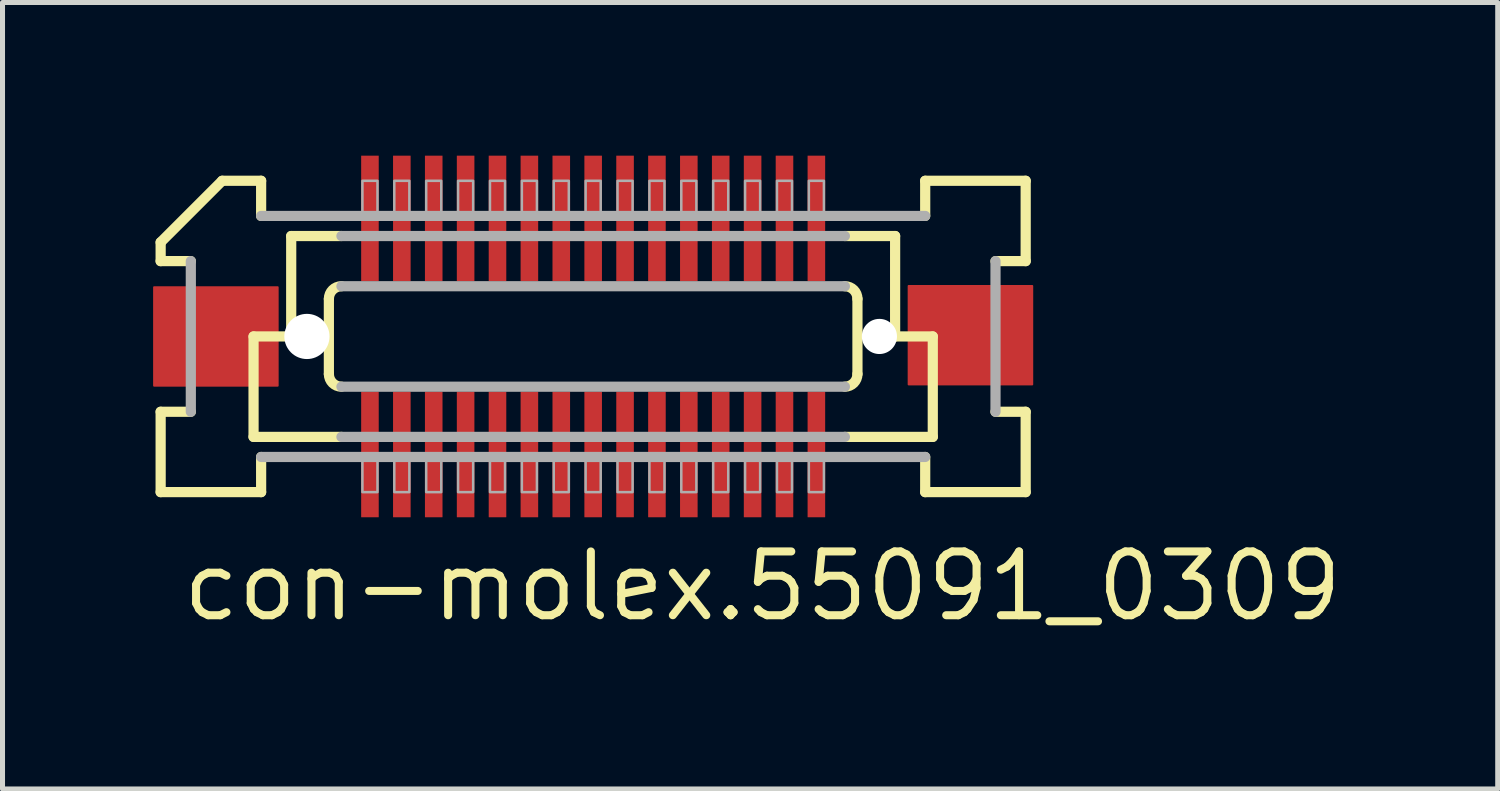
<source format=kicad_pcb>
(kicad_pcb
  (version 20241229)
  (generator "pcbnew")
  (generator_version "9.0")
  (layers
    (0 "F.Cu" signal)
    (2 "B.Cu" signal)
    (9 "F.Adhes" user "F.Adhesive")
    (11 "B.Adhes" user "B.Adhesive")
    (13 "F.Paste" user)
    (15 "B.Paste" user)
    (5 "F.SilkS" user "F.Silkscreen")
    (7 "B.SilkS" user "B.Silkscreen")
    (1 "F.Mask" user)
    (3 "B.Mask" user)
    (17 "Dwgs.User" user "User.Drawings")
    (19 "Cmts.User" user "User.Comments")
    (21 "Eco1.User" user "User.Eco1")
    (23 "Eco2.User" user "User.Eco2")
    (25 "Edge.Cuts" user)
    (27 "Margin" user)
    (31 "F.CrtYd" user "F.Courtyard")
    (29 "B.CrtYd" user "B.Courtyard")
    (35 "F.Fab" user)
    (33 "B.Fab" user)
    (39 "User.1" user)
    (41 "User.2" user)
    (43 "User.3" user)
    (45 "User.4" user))
  (footprint "con-molex.55091_0309"
    (layer "F.Cu")
    (at 8.762 3.65)
    (property "Reference" "con-molex.55091_0309" (at -8.255 5.715 0) (layer "F.SilkS") (effects (font (size 1.27 1.27) (thickness 0.16)) (justify left bottom)))
    (attr smd)
    (fp_rect (start -4.645 -1.075) (end -4.245 -3.625) (stroke (width 0.05) (type default)) (fill yes) (layer "F.Mask"))
    (fp_rect (start -4.645 3.625) (end -4.245 1.075) (stroke (width 0.05) (type default)) (fill yes) (layer "F.Mask"))
    (fp_rect (start -4.01 -1.075) (end -3.61 -3.625) (stroke (width 0.05) (type default)) (fill yes) (layer "F.Mask"))
    (fp_rect (start -4.01 3.625) (end -3.61 1.075) (stroke (width 0.05) (type default)) (fill yes) (layer "F.Mask"))
    (fp_rect (start -3.375 -1.075) (end -2.975 -3.625) (stroke (width 0.05) (type default)) (fill yes) (layer "F.Mask"))
    (fp_rect (start -3.375 3.625) (end -2.975 1.075) (stroke (width 0.05) (type default)) (fill yes) (layer "F.Mask"))
    (fp_rect (start -2.74 -1.075) (end -2.34 -3.625) (stroke (width 0.05) (type default)) (fill yes) (layer "F.Mask"))
    (fp_rect (start -2.74 3.625) (end -2.34 1.075) (stroke (width 0.05) (type default)) (fill yes) (layer "F.Mask"))
    (fp_rect (start -2.105 -1.075) (end -1.705 -3.625) (stroke (width 0.05) (type default)) (fill yes) (layer "F.Mask"))
    (fp_rect (start -2.105 3.625) (end -1.705 1.075) (stroke (width 0.05) (type default)) (fill yes) (layer "F.Mask"))
    (fp_rect (start -1.47 -1.075) (end -1.07 -3.625) (stroke (width 0.05) (type default)) (fill yes) (layer "F.Mask"))
    (fp_rect (start -1.47 3.625) (end -1.07 1.075) (stroke (width 0.05) (type default)) (fill yes) (layer "F.Mask"))
    (fp_rect (start -0.835 -1.075) (end -0.435 -3.625) (stroke (width 0.05) (type default)) (fill yes) (layer "F.Mask"))
    (fp_rect (start -0.835 3.625) (end -0.435 1.075) (stroke (width 0.05) (type default)) (fill yes) (layer "F.Mask"))
    (fp_rect (start -0.2 -1.075) (end 0.2 -3.625) (stroke (width 0.05) (type default)) (fill yes) (layer "F.Mask"))
    (fp_rect (start -0.2 3.625) (end 0.2 1.075) (stroke (width 0.05) (type default)) (fill yes) (layer "F.Mask"))
    (fp_rect (start 0.435 -1.075) (end 0.835 -3.625) (stroke (width 0.05) (type default)) (fill yes) (layer "F.Mask"))
    (fp_rect (start 0.435 3.625) (end 0.835 1.075) (stroke (width 0.05) (type default)) (fill yes) (layer "F.Mask"))
    (fp_rect (start 1.07 -1.075) (end 1.47 -3.625) (stroke (width 0.05) (type default)) (fill yes) (layer "F.Mask"))
    (fp_rect (start 1.07 3.625) (end 1.47 1.075) (stroke (width 0.05) (type default)) (fill yes) (layer "F.Mask"))
    (fp_rect (start 1.705 -1.075) (end 2.105 -3.625) (stroke (width 0.05) (type default)) (fill yes) (layer "F.Mask"))
    (fp_rect (start 1.705 3.625) (end 2.105 1.075) (stroke (width 0.05) (type default)) (fill yes) (layer "F.Mask"))
    (fp_rect (start 2.34 -1.075) (end 2.74 -3.625) (stroke (width 0.05) (type default)) (fill yes) (layer "F.Mask"))
    (fp_rect (start 2.34 3.625) (end 2.74 1.075) (stroke (width 0.05) (type default)) (fill yes) (layer "F.Mask"))
    (fp_rect (start 2.975 -1.075) (end 3.375 -3.625) (stroke (width 0.05) (type default)) (fill yes) (layer "F.Mask"))
    (fp_rect (start 2.975 3.625) (end 3.375 1.075) (stroke (width 0.05) (type default)) (fill yes) (layer "F.Mask"))
    (fp_rect (start 3.61 -1.075) (end 4.01 -3.625) (stroke (width 0.05) (type default)) (fill yes) (layer "F.Mask"))
    (fp_rect (start 3.61 3.625) (end 4.01 1.075) (stroke (width 0.05) (type default)) (fill yes) (layer "F.Mask"))
    (fp_rect (start 4.245 -1.075) (end 4.645 -3.625) (stroke (width 0.05) (type default)) (fill yes) (layer "F.Mask"))
    (fp_rect (start 4.245 3.625) (end 4.645 1.075) (stroke (width 0.05) (type default)) (fill yes) (layer "F.Mask"))
    (fp_line (start -8.613 -1.5) (end -8.613 -1.875) (stroke (width 0.203) (type default)) (layer "F.SilkS"))
    (fp_line (start -8.613 1.5) (end -8.012 1.5) (stroke (width 0.203) (type default)) (layer "F.SilkS"))
    (fp_line (start -8.613 3.1) (end -8.613 1.5) (stroke (width 0.203) (type default)) (layer "F.SilkS"))
    (fp_line (start -8.012 -1.5) (end -8.613 -1.5) (stroke (width 0.203) (type default)) (layer "F.SilkS"))
    (fp_line (start -7.388 -3.1) (end -8.613 -1.875) (stroke (width 0.203) (type default)) (layer "F.SilkS"))
    (fp_line (start -7.388 -3.1) (end -6.612 -3.1) (stroke (width 0.203) (type default)) (layer "F.SilkS"))
    (fp_line (start -6.763 0) (end -6.763 2) (stroke (width 0.203) (type default)) (layer "F.SilkS"))
    (fp_line (start -6.763 2) (end -5.013 2) (stroke (width 0.203) (type default)) (layer "F.SilkS"))
    (fp_line (start -6.612 -3.1) (end -6.612 -2.4) (stroke (width 0.203) (type default)) (layer "F.SilkS"))
    (fp_line (start -6.612 2.4) (end -6.612 3.1) (stroke (width 0.203) (type default)) (layer "F.SilkS"))
    (fp_line (start -6.612 3.1) (end -8.613 3.1) (stroke (width 0.203) (type default)) (layer "F.SilkS"))
    (fp_line (start -6.013 -2) (end -6.013 0) (stroke (width 0.203) (type default)) (layer "F.SilkS"))
    (fp_line (start -6.013 0) (end -6.763 0) (stroke (width 0.203) (type default)) (layer "F.SilkS"))
    (fp_line (start -5.263 0.75) (end -5.263 -0.75) (stroke (width 0.203) (type default)) (layer "F.SilkS"))
    (fp_line (start -5.013 -2) (end -6.013 -2) (stroke (width 0.203) (type default)) (layer "F.SilkS"))
    (fp_line (start 5.013 2) (end 6.763 2) (stroke (width 0.203) (type default)) (layer "F.SilkS"))
    (fp_line (start 5.263 -0.75) (end 5.263 0.75) (stroke (width 0.203) (type default)) (layer "F.SilkS"))
    (fp_line (start 6.013 -2) (end 5.013 -2) (stroke (width 0.203) (type default)) (layer "F.SilkS"))
    (fp_line (start 6.013 -2) (end 6.013 0) (stroke (width 0.203) (type default)) (layer "F.SilkS"))
    (fp_line (start 6.612 -3.1) (end 8.613 -3.1) (stroke (width 0.203) (type default)) (layer "F.SilkS"))
    (fp_line (start 6.612 -2.4) (end 6.612 -3.1) (stroke (width 0.203) (type default)) (layer "F.SilkS"))
    (fp_line (start 6.612 3.1) (end 6.612 2.4) (stroke (width 0.203) (type default)) (layer "F.SilkS"))
    (fp_line (start 6.763 0) (end 6.013 0) (stroke (width 0.203) (type default)) (layer "F.SilkS"))
    (fp_line (start 6.763 0) (end 6.763 2) (stroke (width 0.203) (type default)) (layer "F.SilkS"))
    (fp_line (start 8.012 1.5) (end 8.613 1.5) (stroke (width 0.203) (type default)) (layer "F.SilkS"))
    (fp_line (start 8.613 -3.1) (end 8.613 -1.5) (stroke (width 0.203) (type default)) (layer "F.SilkS"))
    (fp_line (start 8.613 -1.5) (end 8.012 -1.5) (stroke (width 0.203) (type default)) (layer "F.SilkS"))
    (fp_line (start 8.613 1.5) (end 8.613 3.1) (stroke (width 0.203) (type default)) (layer "F.SilkS"))
    (fp_line (start 8.613 3.1) (end 6.612 3.1) (stroke (width 0.203) (type default)) (layer "F.SilkS"))
    (fp_arc (start -5.2625 -0.75) (mid -5.189277 -0.926777) (end -5.0125 -1) (stroke (width 0.2032) (type default)) (layer "F.SilkS"))
    (fp_arc (start -5.0125 1) (mid -5.189277 0.926777) (end -5.2625 0.75) (stroke (width 0.2032) (type default)) (layer "F.SilkS"))
    (fp_arc (start 5.0125 -1) (mid 5.189277 -0.926777) (end 5.2625 -0.75) (stroke (width 0.2032) (type default)) (layer "F.SilkS"))
    (fp_arc (start 5.2625 0.75) (mid 5.189277 0.926777) (end 5.0125 1) (stroke (width 0.2032) (type default)) (layer "F.SilkS"))
    (fp_line (start -8.012 1.5) (end -8.012 -1.5) (stroke (width 0.203) (type default)) (layer "F.Fab"))
    (fp_line (start -6.612 -2.4) (end 6.612 -2.4) (stroke (width 0.203) (type default)) (layer "F.Fab"))
    (fp_line (start -5.013 -1) (end 5.013 -1) (stroke (width 0.203) (type default)) (layer "F.Fab"))
    (fp_line (start -5.013 2) (end 5.013 2) (stroke (width 0.203) (type default)) (layer "F.Fab"))
    (fp_line (start 5.013 -2) (end -5.013 -2) (stroke (width 0.203) (type default)) (layer "F.Fab"))
    (fp_line (start 5.013 1) (end -5.013 1) (stroke (width 0.203) (type default)) (layer "F.Fab"))
    (fp_line (start 6.612 2.4) (end -6.612 2.4) (stroke (width 0.203) (type default)) (layer "F.Fab"))
    (fp_line (start 8.012 -1.5) (end 8.012 1.5) (stroke (width 0.203) (type default)) (layer "F.Fab"))
    (fp_rect (start -4.595 -2.375) (end -4.295 -3.1) (stroke (width 0.05) (type default)) (fill no) (layer "F.Fab"))
    (fp_rect (start -4.595 3.1) (end -4.295 2.375) (stroke (width 0.05) (type default)) (fill no) (layer "F.Fab"))
    (fp_rect (start -3.96 -2.375) (end -3.66 -3.1) (stroke (width 0.05) (type default)) (fill no) (layer "F.Fab"))
    (fp_rect (start -3.96 3.1) (end -3.66 2.375) (stroke (width 0.05) (type default)) (fill no) (layer "F.Fab"))
    (fp_rect (start -3.325 -2.375) (end -3.025 -3.1) (stroke (width 0.05) (type default)) (fill no) (layer "F.Fab"))
    (fp_rect (start -3.325 3.1) (end -3.025 2.375) (stroke (width 0.05) (type default)) (fill no) (layer "F.Fab"))
    (fp_rect (start -2.69 -2.375) (end -2.39 -3.1) (stroke (width 0.05) (type default)) (fill no) (layer "F.Fab"))
    (fp_rect (start -2.69 3.1) (end -2.39 2.375) (stroke (width 0.05) (type default)) (fill no) (layer "F.Fab"))
    (fp_rect (start -2.055 -2.375) (end -1.755 -3.1) (stroke (width 0.05) (type default)) (fill no) (layer "F.Fab"))
    (fp_rect (start -2.055 3.1) (end -1.755 2.375) (stroke (width 0.05) (type default)) (fill no) (layer "F.Fab"))
    (fp_rect (start -1.42 -2.375) (end -1.12 -3.1) (stroke (width 0.05) (type default)) (fill no) (layer "F.Fab"))
    (fp_rect (start -1.42 3.1) (end -1.12 2.375) (stroke (width 0.05) (type default)) (fill no) (layer "F.Fab"))
    (fp_rect (start -0.785 -2.375) (end -0.485 -3.1) (stroke (width 0.05) (type default)) (fill no) (layer "F.Fab"))
    (fp_rect (start -0.785 3.1) (end -0.485 2.375) (stroke (width 0.05) (type default)) (fill no) (layer "F.Fab"))
    (fp_rect (start -0.15 -2.375) (end 0.15 -3.1) (stroke (width 0.05) (type default)) (fill no) (layer "F.Fab"))
    (fp_rect (start -0.15 3.1) (end 0.15 2.375) (stroke (width 0.05) (type default)) (fill no) (layer "F.Fab"))
    (fp_rect (start 0.485 -2.375) (end 0.785 -3.1) (stroke (width 0.05) (type default)) (fill no) (layer "F.Fab"))
    (fp_rect (start 0.485 3.1) (end 0.785 2.375) (stroke (width 0.05) (type default)) (fill no) (layer "F.Fab"))
    (fp_rect (start 1.12 -2.375) (end 1.42 -3.1) (stroke (width 0.05) (type default)) (fill no) (layer "F.Fab"))
    (fp_rect (start 1.12 3.1) (end 1.42 2.375) (stroke (width 0.05) (type default)) (fill no) (layer "F.Fab"))
    (fp_rect (start 1.755 -2.375) (end 2.055 -3.1) (stroke (width 0.05) (type default)) (fill no) (layer "F.Fab"))
    (fp_rect (start 1.755 3.1) (end 2.055 2.375) (stroke (width 0.05) (type default)) (fill no) (layer "F.Fab"))
    (fp_rect (start 2.39 -2.375) (end 2.69 -3.1) (stroke (width 0.05) (type default)) (fill no) (layer "F.Fab"))
    (fp_rect (start 2.39 3.1) (end 2.69 2.375) (stroke (width 0.05) (type default)) (fill no) (layer "F.Fab"))
    (fp_rect (start 3.025 -2.375) (end 3.325 -3.1) (stroke (width 0.05) (type default)) (fill no) (layer "F.Fab"))
    (fp_rect (start 3.025 3.1) (end 3.325 2.375) (stroke (width 0.05) (type default)) (fill no) (layer "F.Fab"))
    (fp_rect (start 3.66 -2.375) (end 3.96 -3.1) (stroke (width 0.05) (type default)) (fill no) (layer "F.Fab"))
    (fp_rect (start 3.66 3.1) (end 3.96 2.375) (stroke (width 0.05) (type default)) (fill no) (layer "F.Fab"))
    (fp_rect (start 4.295 -2.375) (end 4.595 -3.1) (stroke (width 0.05) (type default)) (fill no) (layer "F.Fab"))
    (fp_rect (start 4.295 3.1) (end 4.595 2.375) (stroke (width 0.05) (type default)) (fill no) (layer "F.Fab"))
    (pad "" np_thru_hole circle (at -5.7 0) (size 0.9 0.9) (drill 0.9) (layers "*.Cu" "*.Mask"))
    (pad "" np_thru_hole circle (at 5.7 0) (size 0.7 0.7) (drill 0.7) (layers "*.Cu" "*.Mask"))
    (pad "1" smd roundrect (at -4.445 -2.35) (size 0.35 2.5) (layers "F.Cu" "F.Mask" "F.Paste") (roundrect_rratio 0.01))
    (pad "2" smd roundrect (at -4.445 2.35 180) (size 0.35 2.5) (layers "F.Cu" "F.Mask" "F.Paste") (roundrect_rratio 0.01))
    (pad "3" smd roundrect (at -3.81 -2.35) (size 0.35 2.5) (layers "F.Cu" "F.Mask" "F.Paste") (roundrect_rratio 0.01))
    (pad "4" smd roundrect (at -3.81 2.35 180) (size 0.35 2.5) (layers "F.Cu" "F.Mask" "F.Paste") (roundrect_rratio 0.01))
    (pad "5" smd roundrect (at -3.175 -2.35) (size 0.35 2.5) (layers "F.Cu" "F.Mask" "F.Paste") (roundrect_rratio 0.01))
    (pad "6" smd roundrect (at -3.175 2.35 180) (size 0.35 2.5) (layers "F.Cu" "F.Mask" "F.Paste") (roundrect_rratio 0.01))
    (pad "7" smd roundrect (at -2.54 -2.35) (size 0.35 2.5) (layers "F.Cu" "F.Mask" "F.Paste") (roundrect_rratio 0.01))
    (pad "8" smd roundrect (at -2.54 2.35 180) (size 0.35 2.5) (layers "F.Cu" "F.Mask" "F.Paste") (roundrect_rratio 0.01))
    (pad "9" smd roundrect (at -1.905 -2.35) (size 0.35 2.5) (layers "F.Cu" "F.Mask" "F.Paste") (roundrect_rratio 0.01))
    (pad "10" smd roundrect (at -1.905 2.35 180) (size 0.35 2.5) (layers "F.Cu" "F.Mask" "F.Paste") (roundrect_rratio 0.01))
    (pad "11" smd roundrect (at -1.27 -2.35) (size 0.35 2.5) (layers "F.Cu" "F.Mask" "F.Paste") (roundrect_rratio 0.01))
    (pad "12" smd roundrect (at -1.27 2.35 180) (size 0.35 2.5) (layers "F.Cu" "F.Mask" "F.Paste") (roundrect_rratio 0.01))
    (pad "13" smd roundrect (at -0.635 -2.35) (size 0.35 2.5) (layers "F.Cu" "F.Mask" "F.Paste") (roundrect_rratio 0.01))
    (pad "14" smd roundrect (at -0.635 2.35 180) (size 0.35 2.5) (layers "F.Cu" "F.Mask" "F.Paste") (roundrect_rratio 0.01))
    (pad "15" smd roundrect (at 0 -2.35) (size 0.35 2.5) (layers "F.Cu" "F.Mask" "F.Paste") (roundrect_rratio 0.01))
    (pad "16" smd roundrect (at 0 2.35 180) (size 0.35 2.5) (layers "F.Cu" "F.Mask" "F.Paste") (roundrect_rratio 0.01))
    (pad "17" smd roundrect (at 0.635 -2.35) (size 0.35 2.5) (layers "F.Cu" "F.Mask" "F.Paste") (roundrect_rratio 0.01))
    (pad "18" smd roundrect (at 0.635 2.35 180) (size 0.35 2.5) (layers "F.Cu" "F.Mask" "F.Paste") (roundrect_rratio 0.01))
    (pad "19" smd roundrect (at 1.27 -2.35) (size 0.35 2.5) (layers "F.Cu" "F.Mask" "F.Paste") (roundrect_rratio 0.01))
    (pad "20" smd roundrect (at 1.27 2.35 180) (size 0.35 2.5) (layers "F.Cu" "F.Mask" "F.Paste") (roundrect_rratio 0.01))
    (pad "21" smd roundrect (at 1.905 -2.35) (size 0.35 2.5) (layers "F.Cu" "F.Mask" "F.Paste") (roundrect_rratio 0.01))
    (pad "22" smd roundrect (at 1.905 2.35 180) (size 0.35 2.5) (layers "F.Cu" "F.Mask" "F.Paste") (roundrect_rratio 0.01))
    (pad "23" smd roundrect (at 2.54 -2.35) (size 0.35 2.5) (layers "F.Cu" "F.Mask" "F.Paste") (roundrect_rratio 0.01))
    (pad "24" smd roundrect (at 2.54 2.35 180) (size 0.35 2.5) (layers "F.Cu" "F.Mask" "F.Paste") (roundrect_rratio 0.01))
    (pad "25" smd roundrect (at 3.175 -2.35) (size 0.35 2.5) (layers "F.Cu" "F.Mask" "F.Paste") (roundrect_rratio 0.01))
    (pad "26" smd roundrect (at 3.175 2.35 180) (size 0.35 2.5) (layers "F.Cu" "F.Mask" "F.Paste") (roundrect_rratio 0.01))
    (pad "27" smd roundrect (at 3.81 -2.35) (size 0.35 2.5) (layers "F.Cu" "F.Mask" "F.Paste") (roundrect_rratio 0.01))
    (pad "28" smd roundrect (at 3.81 2.35 180) (size 0.35 2.5) (layers "F.Cu" "F.Mask" "F.Paste") (roundrect_rratio 0.01))
    (pad "29" smd roundrect (at 4.445 -2.35) (size 0.35 2.5) (layers "F.Cu" "F.Mask" "F.Paste") (roundrect_rratio 0.01))
    (pad "30" smd roundrect (at 4.445 2.35 180) (size 0.35 2.5) (layers "F.Cu" "F.Mask" "F.Paste") (roundrect_rratio 0.01))
    (pad "M1" smd roundrect (at -7.513 0) (size 2.5 2) (layers "F.Cu" "F.Mask" "F.Paste") (roundrect_rratio 0.01))
    (pad "M2" smd roundrect (at 7.513 -0.025 180) (size 2.5 2) (layers "F.Cu" "F.Mask" "F.Paste") (roundrect_rratio 0.01)))
  (gr_rect
    (start -3 -3)
    (end 26.775 12.662)
    (stroke (width 0.1) (type default))
    (fill no)
    (layer "Edge.Cuts")))
</source>
